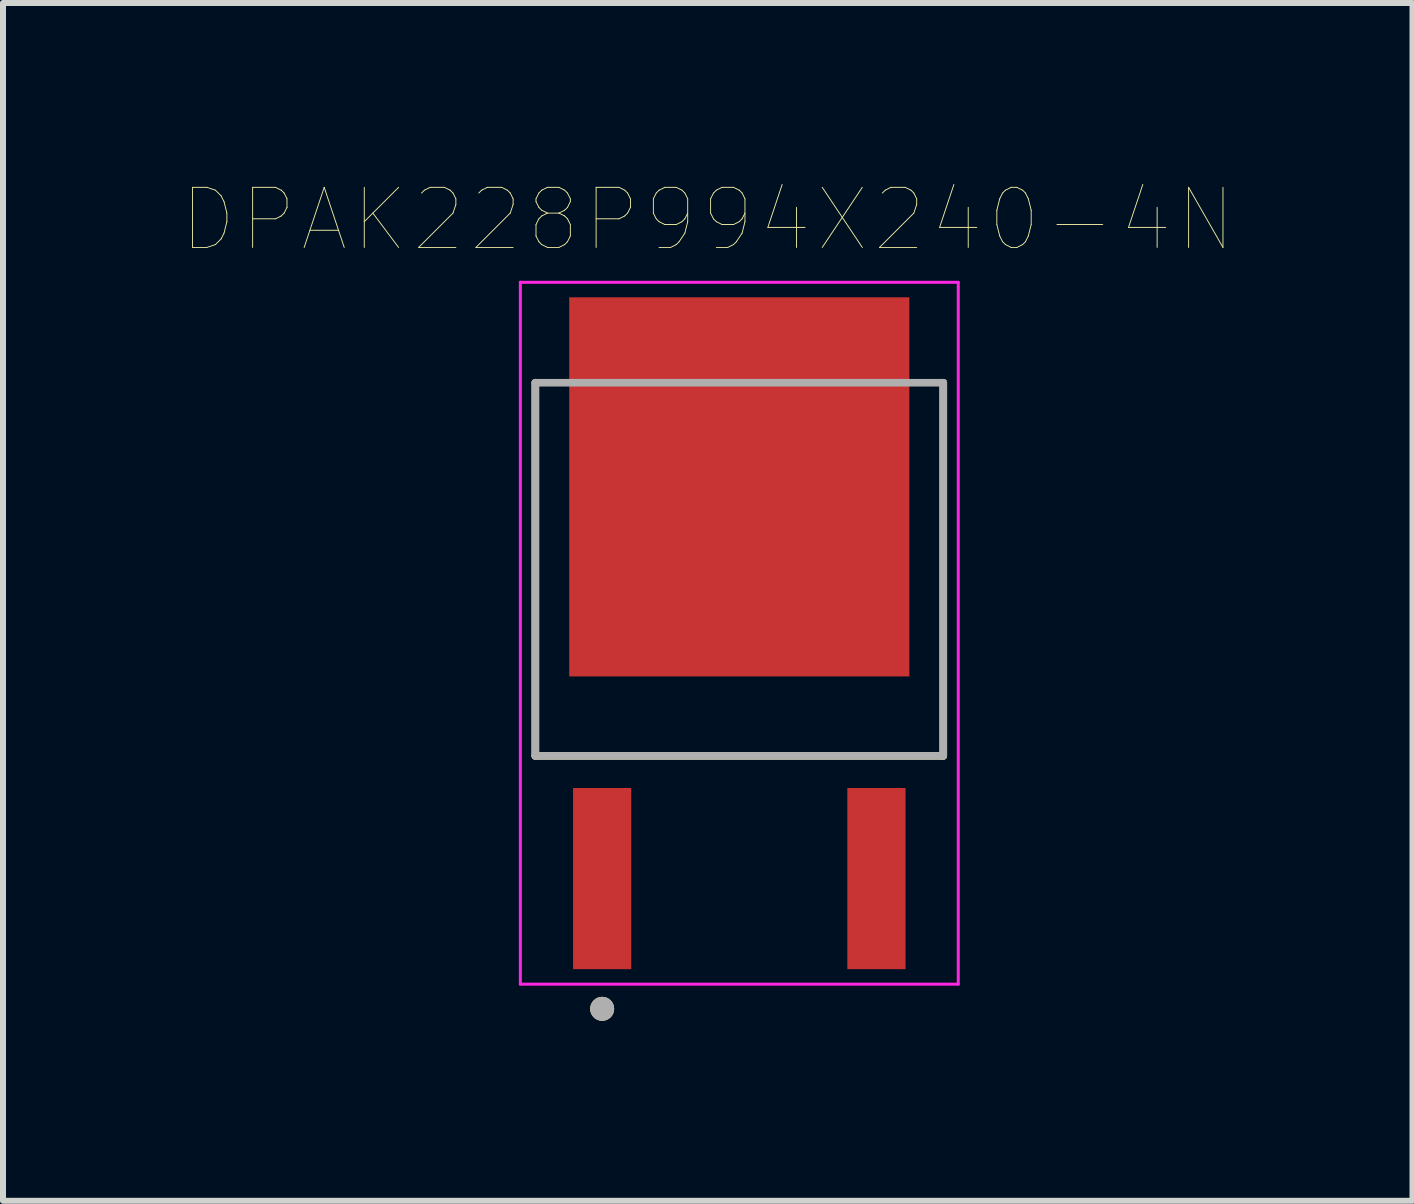
<source format=kicad_pcb>
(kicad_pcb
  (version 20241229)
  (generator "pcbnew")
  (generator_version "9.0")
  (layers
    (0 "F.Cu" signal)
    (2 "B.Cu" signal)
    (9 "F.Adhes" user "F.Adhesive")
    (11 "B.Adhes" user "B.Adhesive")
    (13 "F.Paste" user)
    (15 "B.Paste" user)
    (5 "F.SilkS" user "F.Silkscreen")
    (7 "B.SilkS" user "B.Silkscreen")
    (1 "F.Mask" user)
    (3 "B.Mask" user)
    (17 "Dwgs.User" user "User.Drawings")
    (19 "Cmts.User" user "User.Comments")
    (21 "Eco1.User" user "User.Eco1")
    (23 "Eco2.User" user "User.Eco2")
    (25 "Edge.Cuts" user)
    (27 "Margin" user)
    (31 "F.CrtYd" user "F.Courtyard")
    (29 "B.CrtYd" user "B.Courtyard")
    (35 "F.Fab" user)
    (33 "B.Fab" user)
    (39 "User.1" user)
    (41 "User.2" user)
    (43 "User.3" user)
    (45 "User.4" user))
  (footprint "DPAK228P994X240-4N"
    (layer "F.Cu")
    (at 9.274 7.506)
    (property "Reference" "DPAK228P994X240-4N" (at -0.526 -6.894 0) (layer "F.SilkS") (effects (font (size 1.002 1.002) (thickness 0.015))))
    (attr through_hole)
    (fp_line (start -3.4 -4.176) (end -3.4 2.044) (stroke (width 0.127) (type solid)) (layer "F.SilkS"))
    (fp_line (start 3.4 -4.176) (end 3.4 2.044) (stroke (width 0.127) (type solid)) (layer "F.SilkS"))
    (fp_line (start 3.4 2.044) (end -3.4 2.044) (stroke (width 0.127) (type solid)) (layer "F.SilkS"))
    (fp_circle (center -2.286 6.261) (end -2.186 6.261) (stroke (width 0.2) (type solid)) (fill no) (layer "F.SilkS"))
    (fp_poly (pts (xy -2.27 -5.23) (xy -0.55 -5.23) (xy -0.55 -3.87) (xy -2.27 -3.87)) (stroke (width 0.01) (type solid)) (fill yes) (layer "F.Paste"))
    (fp_poly (pts (xy -2.27 -3.12) (xy -0.55 -3.12) (xy -0.55 -1.76) (xy -2.27 -1.76)) (stroke (width 0.01) (type solid)) (fill yes) (layer "F.Paste"))
    (fp_poly (pts (xy -2.27 -1.01) (xy -0.55 -1.01) (xy -0.55 0.35) (xy -2.27 0.35)) (stroke (width 0.01) (type solid)) (fill yes) (layer "F.Paste"))
    (fp_poly (pts (xy 0.55 -5.23) (xy 2.27 -5.23) (xy 2.27 -3.87) (xy 0.55 -3.87)) (stroke (width 0.01) (type solid)) (fill yes) (layer "F.Paste"))
    (fp_poly (pts (xy 0.55 -3.12) (xy 2.27 -3.12) (xy 2.27 -1.76) (xy 0.55 -1.76)) (stroke (width 0.01) (type solid)) (fill yes) (layer "F.Paste"))
    (fp_poly (pts (xy 0.55 -1.01) (xy 2.27 -1.01) (xy 2.27 0.35) (xy 0.55 0.35)) (stroke (width 0.01) (type solid)) (fill yes) (layer "F.Paste"))
    (fp_line (start -3.65 -5.85) (end -3.65 5.85) (stroke (width 0.05) (type solid)) (layer "F.CrtYd"))
    (fp_line (start -3.65 5.85) (end 3.65 5.85) (stroke (width 0.05) (type solid)) (layer "F.CrtYd"))
    (fp_line (start 3.65 -5.85) (end -3.65 -5.85) (stroke (width 0.05) (type solid)) (layer "F.CrtYd"))
    (fp_line (start 3.65 5.85) (end 3.65 -5.85) (stroke (width 0.05) (type solid)) (layer "F.CrtYd"))
    (fp_line (start -3.4 -4.176) (end 3.4 -4.176) (stroke (width 0.127) (type solid)) (layer "F.Fab"))
    (fp_line (start -3.4 2.044) (end -3.4 -4.176) (stroke (width 0.127) (type solid)) (layer "F.Fab"))
    (fp_line (start 3.4 2.044) (end -3.4 2.044) (stroke (width 0.127) (type solid)) (layer "F.Fab"))
    (fp_line (start 3.4 2.044) (end 3.4 -4.176) (stroke (width 0.127) (type solid)) (layer "F.Fab"))
    (fp_circle (center -2.286 6.261) (end -2.186 6.261) (stroke (width 0.2) (type solid)) (fill no) (layer "F.Fab"))
    (pad "1" smd rect (at -2.286 4.09) (size 0.97 3.02) (layers "F.Cu" "F.Mask" "F.Paste"))
    (pad "3" smd rect (at 2.286 4.09) (size 0.97 3.02) (layers "F.Cu" "F.Mask" "F.Paste"))
    (pad "4" smd rect (at 0 -2.44) (size 5.67 6.32) (layers "F.Cu" "F.Mask")))
  (gr_rect
    (start -3 -3)
    (end 20.496 16.967)
    (stroke (width 0.1) (type default))
    (fill no)
    (layer "Edge.Cuts")))
</source>
